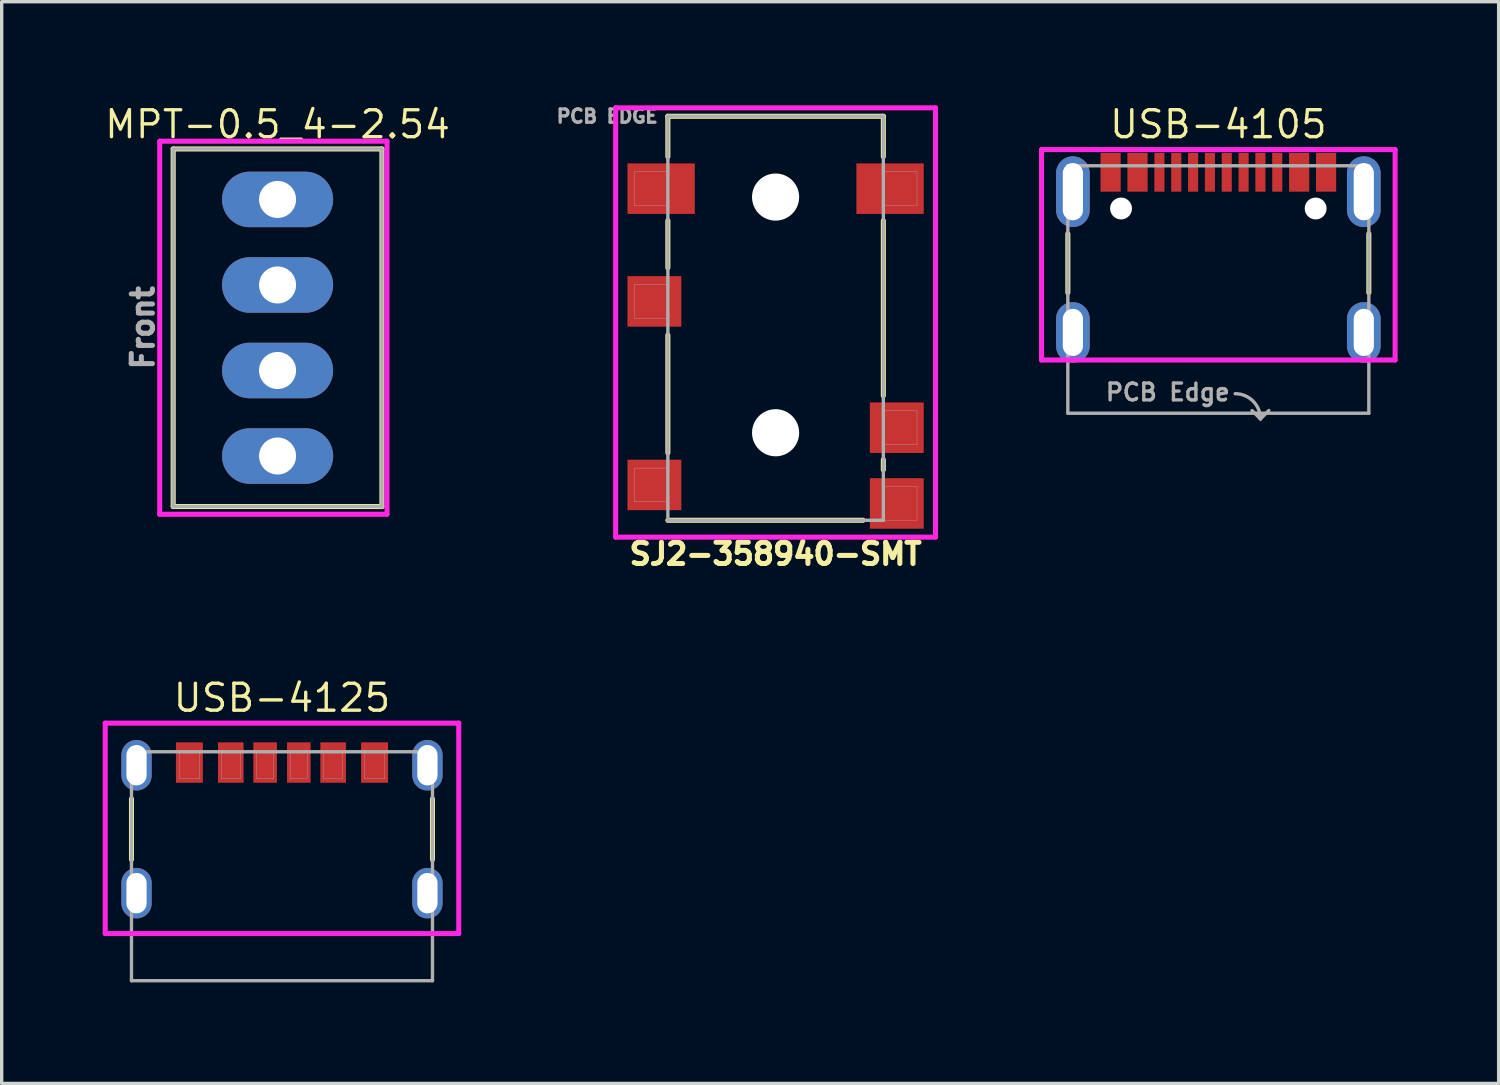
<source format=kicad_pcb>
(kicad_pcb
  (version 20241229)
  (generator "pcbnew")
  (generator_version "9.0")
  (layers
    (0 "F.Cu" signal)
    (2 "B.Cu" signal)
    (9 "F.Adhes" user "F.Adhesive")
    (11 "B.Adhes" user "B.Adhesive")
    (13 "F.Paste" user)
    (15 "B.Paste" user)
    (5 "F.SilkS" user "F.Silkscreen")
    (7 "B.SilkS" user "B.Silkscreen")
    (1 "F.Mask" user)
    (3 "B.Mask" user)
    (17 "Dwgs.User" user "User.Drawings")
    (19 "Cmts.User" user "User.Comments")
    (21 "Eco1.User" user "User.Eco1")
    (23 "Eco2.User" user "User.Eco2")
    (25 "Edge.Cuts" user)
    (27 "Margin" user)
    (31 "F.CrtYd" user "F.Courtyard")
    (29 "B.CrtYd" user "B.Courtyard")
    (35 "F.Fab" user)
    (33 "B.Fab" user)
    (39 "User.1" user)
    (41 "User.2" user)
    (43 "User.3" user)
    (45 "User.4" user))
  (footprint "MPT-0.5_4-2.54"
    (layer "F.Cu")
    (at 5.194 6.684)
    (property "Reference" "MPT-0.5_4-2.54" (at 0 -6.04 0) (layer "F.SilkS") (effects (font (size 0.8 0.8) (thickness 0.1))))
    (attr through_hole)
    (fp_line (start -3.1 -5.31) (end -3.1 5.31) (stroke (width 0.15) (type solid)) (layer "F.SilkS"))
    (fp_line (start -3.1 5.31) (end 3.1 5.31) (stroke (width 0.15) (type solid)) (layer "F.SilkS"))
    (fp_line (start 3.1 -5.31) (end -3.1 -5.31) (stroke (width 0.15) (type solid)) (layer "F.SilkS"))
    (fp_line (start 3.1 5.31) (end 3.1 -5.31) (stroke (width 0.15) (type solid)) (layer "F.SilkS"))
    (fp_line (start -3.5 -5.54) (end -3.5 5.54) (stroke (width 0.15) (type solid)) (layer "F.CrtYd"))
    (fp_line (start -3.5 5.54) (end 3.25 5.54) (stroke (width 0.15) (type solid)) (layer "F.CrtYd"))
    (fp_line (start 3.25 -5.54) (end -3.5 -5.54) (stroke (width 0.15) (type solid)) (layer "F.CrtYd"))
    (fp_line (start 3.25 5.54) (end 3.25 -5.54) (stroke (width 0.15) (type solid)) (layer "F.CrtYd"))
    (fp_line (start -3.1 -5.31) (end 3.1 -5.31) (stroke (width 0.1) (type solid)) (layer "F.Fab"))
    (fp_line (start -3.1 5.31) (end -3.1 -5.31) (stroke (width 0.1) (type solid)) (layer "F.Fab"))
    (fp_line (start 3.1 -5.31) (end 3.1 5.31) (stroke (width 0.1) (type solid)) (layer "F.Fab"))
    (fp_line (start 3.1 5.31) (end -3.1 5.31) (stroke (width 0.1) (type solid)) (layer "F.Fab"))
    (fp_text user "Front" (at -4 0 90) (layer "F.Fab") (effects (font (size 0.63 0.63) (thickness 0.15))))
    (pad "1" thru_hole oval (at 0 -3.81) (size 3.3 1.65) (drill 1.1) (layers "*.Cu" "*.Mask"))
    (pad "2" thru_hole oval (at 0 -1.27) (size 3.3 1.65) (drill 1.1) (layers "*.Cu" "*.Mask"))
    (pad "3" thru_hole oval (at 0 1.27) (size 3.3 1.65) (drill 1.1) (layers "*.Cu" "*.Mask"))
    (pad "4" thru_hole oval (at 0 3.81) (size 3.3 1.65) (drill 1.1) (layers "*.Cu" "*.Mask")))
  (footprint "USB-4125"
    (layer "F.Cu")
    (at 5.325 19.678)
    (property "Reference" "USB-4125" (at 0 -2 0) (layer "F.SilkS") (effects (font (size 0.8 0.8) (thickness 0.1))))
    (attr smd)
    (fp_line (start -4.47 1) (end -4.47 2.8) (stroke (width 0.15) (type solid)) (layer "F.SilkS"))
    (fp_line (start 4.47 2.8) (end 4.47 1) (stroke (width 0.15) (type solid)) (layer "F.SilkS"))
    (fp_line (start -5.25 -1.25) (end -5.25 5) (stroke (width 0.15) (type solid)) (layer "F.CrtYd"))
    (fp_line (start -5.25 5) (end 5.25 5) (stroke (width 0.15) (type solid)) (layer "F.CrtYd"))
    (fp_line (start 5.25 -1.25) (end -5.25 -1.25) (stroke (width 0.15) (type solid)) (layer "F.CrtYd"))
    (fp_line (start 5.25 5) (end 5.25 -1.25) (stroke (width 0.15) (type solid)) (layer "F.CrtYd"))
    (fp_line (start -4.47 -0.4) (end -4.47 6.4) (stroke (width 0.1) (type solid)) (layer "F.Fab"))
    (fp_line (start -4.47 6.4) (end 4.47 6.4) (stroke (width 0.1) (type solid)) (layer "F.Fab"))
    (fp_line (start 4.47 -0.4) (end -4.47 -0.4) (stroke (width 0.1) (type solid)) (layer "F.Fab"))
    (fp_line (start 4.47 6.4) (end 4.47 -0.4) (stroke (width 0.1) (type solid)) (layer "F.Fab"))
    (fp_poly (pts (xy -3.05 -0.4) (xy -2.45 -0.4) (xy -2.45 0.4) (xy -3.05 0.4)) (stroke (width 0.01) (type solid)) (fill no) (layer "F.Fab"))
    (fp_poly (pts (xy -1.8 -0.4) (xy -1.24 -0.4) (xy -1.24 0.4) (xy -1.8 0.4)) (stroke (width 0.01) (type solid)) (fill no) (layer "F.Fab"))
    (fp_poly (pts (xy -0.75 -0.4) (xy -0.25 -0.4) (xy -0.25 0.4) (xy -0.75 0.4)) (stroke (width 0.01) (type solid)) (fill no) (layer "F.Fab"))
    (fp_poly (pts (xy 0.25 -0.4) (xy 0.75 -0.4) (xy 0.75 0.4) (xy 0.25 0.4)) (stroke (width 0.01) (type solid)) (fill no) (layer "F.Fab"))
    (fp_poly (pts (xy 1.24 -0.4) (xy 1.8 -0.4) (xy 1.8 0.4) (xy 1.24 0.4)) (stroke (width 0.01) (type solid)) (fill no) (layer "F.Fab"))
    (fp_poly (pts (xy 2.45 -0.4) (xy 3.05 -0.4) (xy 3.05 0.4) (xy 2.45 0.4)) (stroke (width 0.01) (type solid)) (fill no) (layer "F.Fab"))
    (pad "A5" smd rect (at -0.5 -0.08) (size 0.7 1.2) (layers "F.Cu" "F.Mask" "F.Paste"))
    (pad "A9" smd rect (at 1.52 -0.08) (size 0.76 1.2) (layers "F.Cu" "F.Mask" "F.Paste"))
    (pad "A12" smd rect (at 2.75 -0.08) (size 0.8 1.2) (layers "F.Cu" "F.Mask" "F.Paste"))
    (pad "B5" smd rect (at 0.5 -0.08) (size 0.7 1.2) (layers "F.Cu" "F.Mask" "F.Paste"))
    (pad "B9" smd rect (at -1.52 -0.08) (size 0.76 1.2) (layers "F.Cu" "F.Mask" "F.Paste"))
    (pad "B12" smd rect (at -2.75 -0.08) (size 0.8 1.2) (layers "F.Cu" "F.Mask" "F.Paste"))
    (pad "SHELL@1" thru_hole oval (at -4.32 0) (size 0.9 1.5) (drill oval 0.6 1.2) (layers "*.Cu" "*.Mask"))
    (pad "SHELL@2" thru_hole oval (at 4.32 0) (size 0.9 1.5) (drill oval 0.6 1.2) (layers "*.Cu" "*.Mask"))
    (pad "SHELL@3" thru_hole oval (at -4.32 3.8) (size 0.9 1.5) (drill oval 0.6 1.2) (layers "*.Cu" "*.Mask"))
    (pad "SHELL@4" thru_hole oval (at 4.32 3.8) (size 0.9 1.5) (drill oval 0.6 1.2) (layers "*.Cu" "*.Mask")))
  (footprint "USB-4105"
    (layer "F.Cu")
    (at 33.136 2.643)
    (property "Reference" "USB-4105" (at 0 -2 0) (layer "F.SilkS") (effects (font (size 0.8 0.8) (thickness 0.1))))
    (attr smd)
    (fp_line (start -4.47 1.25) (end -4.47 3) (stroke (width 0.15) (type solid)) (layer "F.SilkS"))
    (fp_line (start 4.47 3) (end 4.47 1.25) (stroke (width 0.15) (type solid)) (layer "F.SilkS"))
    (fp_line (start -5.25 6.78) (end 5.25 6.78) (stroke (width 0.1) (type default)) (layer "Margin"))
    (fp_line (start -5.25 -1.25) (end -5.25 5) (stroke (width 0.15) (type solid)) (layer "F.CrtYd"))
    (fp_line (start -5.25 5) (end 5.25 5) (stroke (width 0.15) (type solid)) (layer "F.CrtYd"))
    (fp_line (start 5.25 -1.25) (end -5.25 -1.25) (stroke (width 0.15) (type solid)) (layer "F.CrtYd"))
    (fp_line (start 5.25 5) (end 5.25 -1.25) (stroke (width 0.15) (type solid)) (layer "F.CrtYd"))
    (fp_line (start -4.47 -0.77) (end -4.47 6.58) (stroke (width 0.1) (type solid)) (layer "F.Fab"))
    (fp_line (start -4.47 6.58) (end 4.47 6.58) (stroke (width 0.1) (type solid)) (layer "F.Fab"))
    (fp_line (start 1.25 6.75) (end 1 6.5) (stroke (width 0.1) (type default)) (layer "F.Fab"))
    (fp_line (start 1.25 6.75) (end 1.5 6.5) (stroke (width 0.1) (type default)) (layer "F.Fab"))
    (fp_line (start 4.47 -0.77) (end -4.47 -0.77) (stroke (width 0.1) (type solid)) (layer "F.Fab"))
    (fp_line (start 4.47 6.58) (end 4.47 -0.77) (stroke (width 0.1) (type solid)) (layer "F.Fab"))
    (fp_arc (start 0.5 6) (mid 1.03033 6.21967) (end 1.25 6.75) (stroke (width 0.1) (type default)) (layer "F.Fab"))
    (fp_text user "PCB Edge" (at -1.5 6.25 0) (unlocked yes) (layer "F.Fab") (effects (font (size 0.5 0.5) (thickness 0.1) (bold yes)) (justify bottom)))
    (pad "" np_thru_hole circle (at -2.89 0.5) (size 0.65 0.65) (drill 0.65) (layers "*.Cu" "*.Mask"))
    (pad "" np_thru_hole circle (at 2.89 0.5) (size 0.65 0.65) (drill 0.65) (layers "*.Cu" "*.Mask"))
    (pad "A1_B12" smd rect (at -3.2 -0.575) (size 0.6 1.15) (layers "F.Cu" "F.Mask" "F.Paste"))
    (pad "A4_B9" smd rect (at -2.4 -0.575) (size 0.6 1.15) (layers "F.Cu" "F.Mask" "F.Paste"))
    (pad "A5" smd rect (at -1.25 -0.575) (size 0.3 1.15) (layers "F.Cu" "F.Mask" "F.Paste"))
    (pad "A6" smd rect (at -0.25 -0.575) (size 0.3 1.15) (layers "F.Cu" "F.Mask" "F.Paste"))
    (pad "A7" smd rect (at 0.25 -0.575 180) (size 0.3 1.15) (layers "F.Cu" "F.Mask" "F.Paste"))
    (pad "A8" smd rect (at 1.25 -0.575 180) (size 0.3 1.15) (layers "F.Cu" "F.Mask" "F.Paste"))
    (pad "A9_B4" smd rect (at 2.4 -0.575 180) (size 0.6 1.15) (layers "F.Cu" "F.Mask" "F.Paste"))
    (pad "A12_B1" smd rect (at 3.2 -0.575 180) (size 0.6 1.15) (layers "F.Cu" "F.Mask" "F.Paste"))
    (pad "B5" smd rect (at 1.75 -0.575 180) (size 0.3 1.15) (layers "F.Cu" "F.Mask" "F.Paste"))
    (pad "B6" smd rect (at 0.75 -0.575 180) (size 0.3 1.15) (layers "F.Cu" "F.Mask" "F.Paste"))
    (pad "B7" smd rect (at -0.75 -0.575) (size 0.3 1.15) (layers "F.Cu" "F.Mask" "F.Paste"))
    (pad "B8" smd rect (at -1.75 -0.575) (size 0.3 1.15) (layers "F.Cu" "F.Mask" "F.Paste"))
    (pad "SHELL@1" thru_hole oval (at -4.32 0) (size 1 2.1) (drill oval 0.6 1.7) (layers "*.Cu" "*.Mask"))
    (pad "SHELL@2" thru_hole oval (at 4.32 0) (size 1 2.1) (drill oval 0.6 1.7) (layers "*.Cu" "*.Mask"))
    (pad "SHELL@3" thru_hole oval (at -4.32 4.18) (size 1 1.8) (drill oval 0.6 1.4) (layers "*.Cu" "*.Mask"))
    (pad "SHELL@4" thru_hole oval (at 4.32 4.18) (size 1 1.8) (drill oval 0.6 1.4) (layers "*.Cu" "*.Mask")))
  (footprint "SJ2-358940-SMT"
    (layer "F.Cu")
    (at 19.986 0.403)
    (property "Reference" "SJ2-358940-SMT" (at 0 13 0) (layer "F.SilkS") (effects (font (size 0.63 0.63) (thickness 0.15))))
    (attr smd)
    (fp_line (start -3.2 0) (end -3.2 1.2) (stroke (width 0.15) (type solid)) (layer "F.SilkS"))
    (fp_line (start -3.2 3.1) (end -3.2 4.5) (stroke (width 0.15) (type solid)) (layer "F.SilkS"))
    (fp_line (start -3.2 6.5) (end -3.2 10) (stroke (width 0.15) (type solid)) (layer "F.SilkS"))
    (fp_line (start -3.2 12) (end 2.6 12) (stroke (width 0.15) (type solid)) (layer "F.SilkS"))
    (fp_line (start 3.2 0) (end -3.2 0) (stroke (width 0.15) (type solid)) (layer "F.SilkS"))
    (fp_line (start 3.2 1.2) (end 3.2 0) (stroke (width 0.15) (type solid)) (layer "F.SilkS"))
    (fp_line (start 3.2 8.3) (end 3.2 3.1) (stroke (width 0.15) (type solid)) (layer "F.SilkS"))
    (fp_line (start 3.2 10.5) (end 3.2 10.2) (stroke (width 0.15) (type solid)) (layer "F.SilkS"))
    (fp_line (start -4.75 -0.25) (end -4.75 12.5) (stroke (width 0.15) (type solid)) (layer "F.CrtYd"))
    (fp_line (start -4.75 12.5) (end 4.75 12.5) (stroke (width 0.15) (type solid)) (layer "F.CrtYd"))
    (fp_line (start 4.75 -0.25) (end -4.75 -0.25) (stroke (width 0.15) (type solid)) (layer "F.CrtYd"))
    (fp_line (start 4.75 12.5) (end 4.75 -0.25) (stroke (width 0.15) (type solid)) (layer "F.CrtYd"))
    (fp_line (start -3.2 0) (end -3.2 12) (stroke (width 0.1) (type solid)) (layer "F.Fab"))
    (fp_line (start -3.2 12) (end 3.2 12) (stroke (width 0.1) (type solid)) (layer "F.Fab"))
    (fp_line (start 3.2 0) (end -3.2 0) (stroke (width 0.1) (type solid)) (layer "F.Fab"))
    (fp_line (start 3.2 12) (end 3.2 0) (stroke (width 0.1) (type solid)) (layer "F.Fab"))
    (fp_poly (pts (xy -4.2 1.65) (xy -3.2 1.65) (xy -3.2 2.65) (xy -4.2 2.65)) (stroke (width 0.01) (type solid)) (fill no) (layer "F.Fab"))
    (fp_poly (pts (xy -4.2 5) (xy -3.2 5) (xy -3.2 6) (xy -4.2 6)) (stroke (width 0.01) (type solid)) (fill no) (layer "F.Fab"))
    (fp_poly (pts (xy -4.2 10.45) (xy -3.2 10.45) (xy -3.2 11.45) (xy -4.2 11.45)) (stroke (width 0.01) (type solid)) (fill no) (layer "F.Fab"))
    (fp_poly (pts (xy 3.2 1.65) (xy 4.2 1.65) (xy 4.2 2.65) (xy 3.2 2.65)) (stroke (width 0.01) (type solid)) (fill no) (layer "F.Fab"))
    (fp_poly (pts (xy 3.2 8.75) (xy 4.2 8.75) (xy 4.2 9.75) (xy 3.2 9.75)) (stroke (width 0.01) (type solid)) (fill no) (layer "F.Fab"))
    (fp_poly (pts (xy 3.2 11) (xy 4.2 11) (xy 4.2 12) (xy 3.2 12)) (stroke (width 0.01) (type solid)) (fill no) (layer "F.Fab"))
    (fp_text user "PCB EDGE" (at -5 0 0) (layer "F.Fab") (effects (font (size 0.394 0.394) (thickness 0.15))))
    (pad "" np_thru_hole circle (at 0 2.4) (size 1.4 1.4) (drill 1.4) (layers "*.Cu" "*.Mask"))
    (pad "" np_thru_hole circle (at 0 9.4) (size 1.4 1.4) (drill 1.4) (layers "*.Cu" "*.Mask"))
    (pad "1" smd rect (at -3.4 2.15) (size 2 1.5) (layers "F.Cu" "F.Mask" "F.Paste"))
    (pad "2" smd rect (at 3.6 9.25) (size 1.6 1.5) (layers "F.Cu" "F.Mask" "F.Paste"))
    (pad "3" smd rect (at -3.6 5.5) (size 1.6 1.5) (layers "F.Cu" "F.Mask" "F.Paste"))
    (pad "4" smd rect (at 3.4 2.15) (size 2 1.5) (layers "F.Cu" "F.Mask" "F.Paste"))
    (pad "10" smd rect (at 3.6 11.5) (size 1.6 1.5) (layers "F.Cu" "F.Mask" "F.Paste"))
    (pad "11" smd rect (at -3.6 10.95) (size 1.6 1.5) (layers "F.Cu" "F.Mask" "F.Paste")))
  (gr_rect
    (start -3 -3)
    (end 41.461 29.128)
    (stroke (width 0.1) (type default))
    (fill no)
    (layer "Edge.Cuts")))
</source>
